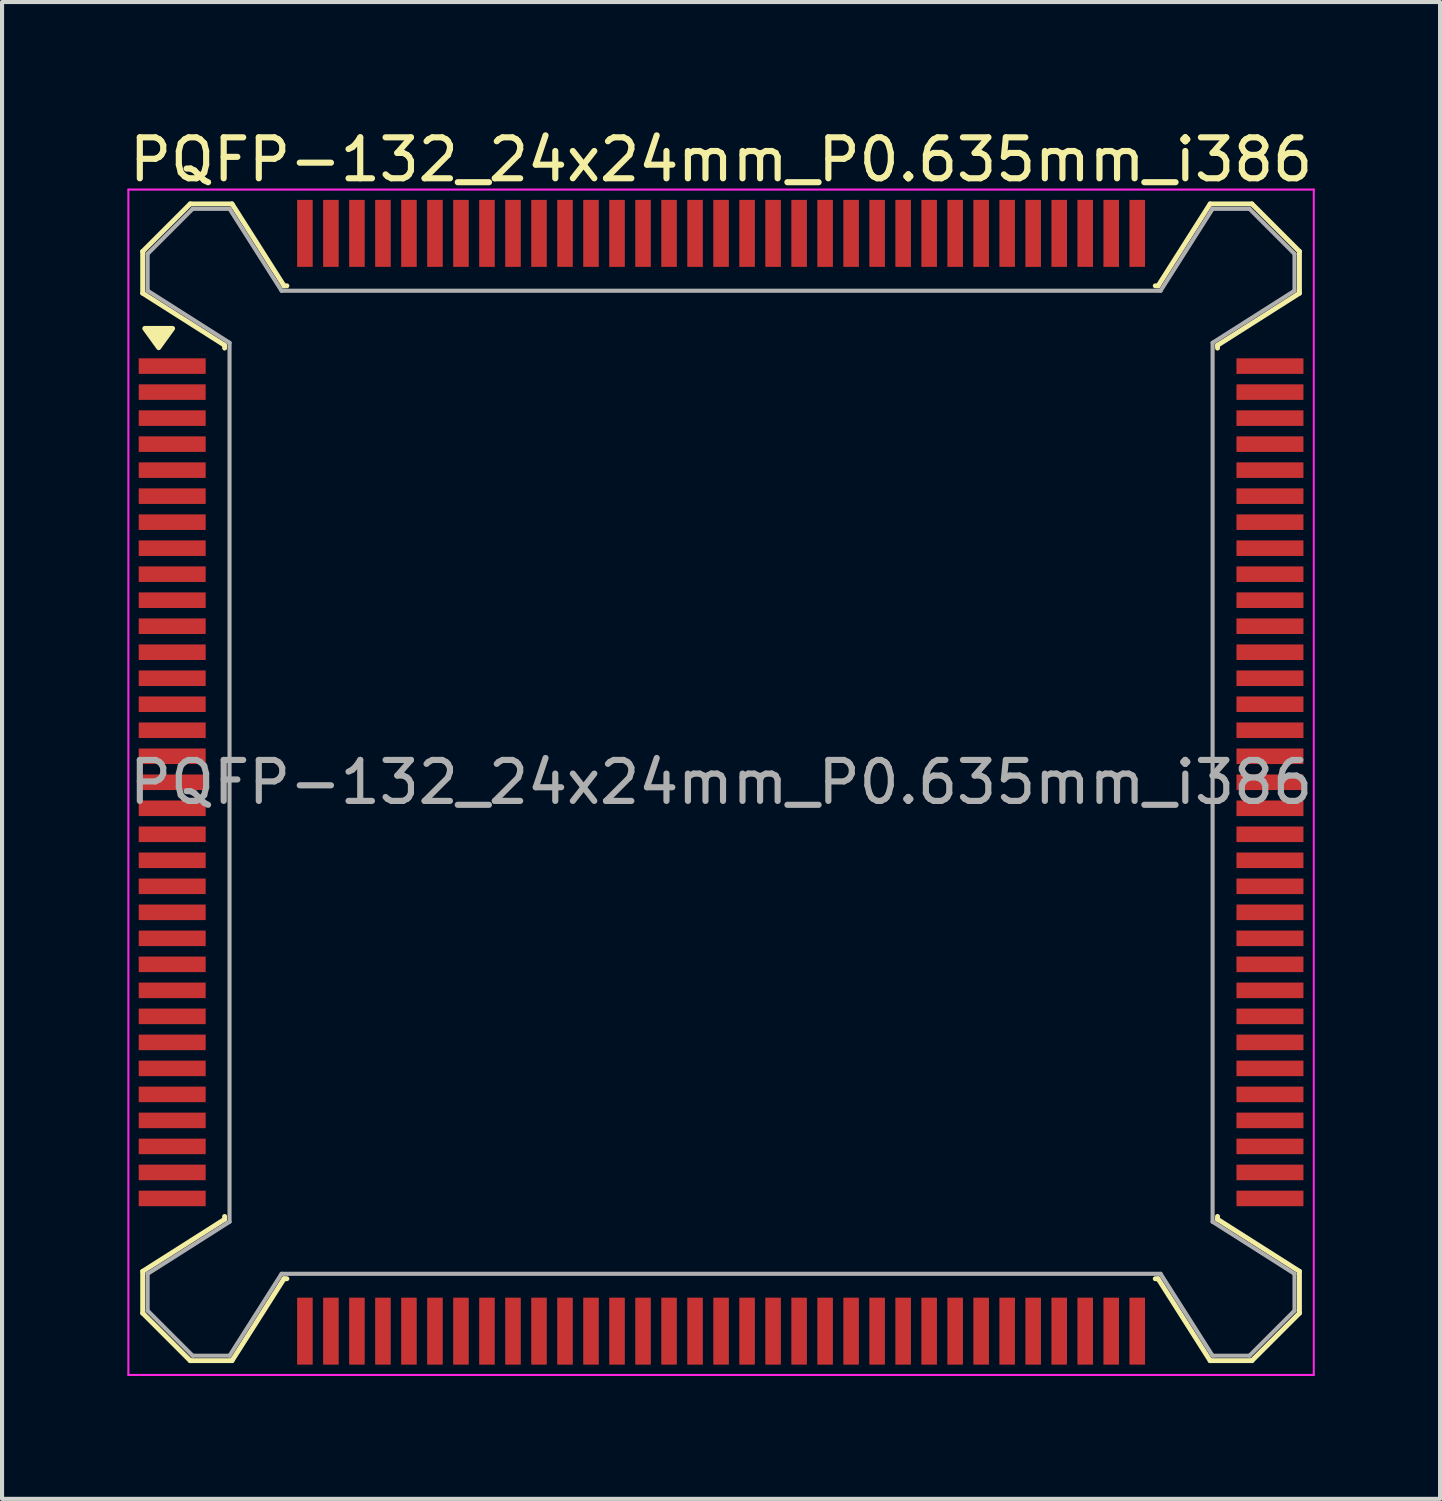
<source format=kicad_pcb>
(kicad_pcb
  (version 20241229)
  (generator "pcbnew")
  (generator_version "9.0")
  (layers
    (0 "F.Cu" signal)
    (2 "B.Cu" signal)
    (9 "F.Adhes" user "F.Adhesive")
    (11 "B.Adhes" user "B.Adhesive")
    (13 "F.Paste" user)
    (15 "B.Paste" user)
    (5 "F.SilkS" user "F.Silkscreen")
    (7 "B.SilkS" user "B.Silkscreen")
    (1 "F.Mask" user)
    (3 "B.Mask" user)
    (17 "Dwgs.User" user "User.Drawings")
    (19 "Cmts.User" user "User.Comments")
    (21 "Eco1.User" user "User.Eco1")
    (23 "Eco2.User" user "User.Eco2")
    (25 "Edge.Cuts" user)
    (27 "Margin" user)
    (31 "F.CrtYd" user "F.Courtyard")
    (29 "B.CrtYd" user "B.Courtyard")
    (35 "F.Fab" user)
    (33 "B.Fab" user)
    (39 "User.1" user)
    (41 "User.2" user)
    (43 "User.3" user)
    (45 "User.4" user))
  (footprint "PQFP-132_24x24mm_P0.635mm_i386"
    (layer "F.Cu")
    (at 14.554 16.048)
    (property "Reference" "PQFP-132_24x24mm_P0.635mm_i386" (at 0 -15.2 0) (layer "F.SilkS") (effects (font (size 1 1) (thickness 0.15))))
    (attr smd)
    (fp_line (start -14.12 -12.96) (end -12.96 -14.12) (stroke (width 0.12) (type solid)) (layer "F.SilkS"))
    (fp_line (start -14.12 -11.94) (end -14.12 -12.96) (stroke (width 0.12) (type solid)) (layer "F.SilkS"))
    (fp_line (start -14.12 -11.94) (end -12.12 -10.67) (stroke (width 0.12) (type solid)) (layer "F.SilkS"))
    (fp_line (start -14.12 11.94) (end -14.12 12.96) (stroke (width 0.12) (type solid)) (layer "F.SilkS"))
    (fp_line (start -14.12 11.94) (end -12.12 10.67) (stroke (width 0.12) (type solid)) (layer "F.SilkS"))
    (fp_line (start -14.12 12.96) (end -12.96 14.12) (stroke (width 0.12) (type solid)) (layer "F.SilkS"))
    (fp_line (start -12.12 -10.67) (end -12.12 -10.6) (stroke (width 0.12) (type solid)) (layer "F.SilkS"))
    (fp_line (start -12.12 10.67) (end -12.12 10.6) (stroke (width 0.12) (type solid)) (layer "F.SilkS"))
    (fp_line (start -11.94 -14.12) (end -12.96 -14.12) (stroke (width 0.12) (type solid)) (layer "F.SilkS"))
    (fp_line (start -11.94 14.12) (end -12.96 14.12) (stroke (width 0.12) (type solid)) (layer "F.SilkS"))
    (fp_line (start -10.67 -12.12) (end -11.94 -14.12) (stroke (width 0.12) (type solid)) (layer "F.SilkS"))
    (fp_line (start -10.67 12.12) (end -11.94 14.12) (stroke (width 0.12) (type solid)) (layer "F.SilkS"))
    (fp_line (start -10.6 -12.12) (end -10.67 -12.12) (stroke (width 0.12) (type solid)) (layer "F.SilkS"))
    (fp_line (start -10.6 12.12) (end -10.67 12.12) (stroke (width 0.12) (type solid)) (layer "F.SilkS"))
    (fp_line (start 10.6 -12.12) (end 10.67 -12.12) (stroke (width 0.12) (type solid)) (layer "F.SilkS"))
    (fp_line (start 10.6 12.12) (end 10.67 12.12) (stroke (width 0.12) (type solid)) (layer "F.SilkS"))
    (fp_line (start 10.67 -12.12) (end 11.94 -14.12) (stroke (width 0.12) (type solid)) (layer "F.SilkS"))
    (fp_line (start 10.67 12.12) (end 11.94 14.12) (stroke (width 0.12) (type solid)) (layer "F.SilkS"))
    (fp_line (start 11.94 -14.12) (end 12.96 -14.12) (stroke (width 0.12) (type solid)) (layer "F.SilkS"))
    (fp_line (start 11.94 14.12) (end 12.96 14.12) (stroke (width 0.12) (type solid)) (layer "F.SilkS"))
    (fp_line (start 12.12 -10.67) (end 12.12 -10.6) (stroke (width 0.12) (type solid)) (layer "F.SilkS"))
    (fp_line (start 12.12 10.67) (end 12.12 10.6) (stroke (width 0.12) (type solid)) (layer "F.SilkS"))
    (fp_line (start 14.12 -12.96) (end 12.96 -14.12) (stroke (width 0.12) (type solid)) (layer "F.SilkS"))
    (fp_line (start 14.12 -11.94) (end 12.12 -10.67) (stroke (width 0.12) (type solid)) (layer "F.SilkS"))
    (fp_line (start 14.12 -11.94) (end 14.12 -12.96) (stroke (width 0.12) (type solid)) (layer "F.SilkS"))
    (fp_line (start 14.12 11.94) (end 12.12 10.67) (stroke (width 0.12) (type solid)) (layer "F.SilkS"))
    (fp_line (start 14.12 11.94) (end 14.12 12.96) (stroke (width 0.12) (type solid)) (layer "F.SilkS"))
    (fp_line (start 14.12 12.96) (end 12.96 14.12) (stroke (width 0.12) (type solid)) (layer "F.SilkS"))
    (fp_poly (pts (xy -13.73 -10.61) (xy -14.07 -11.08) (xy -13.39 -11.08) (xy -13.73 -10.61)) (stroke (width 0.12) (type solid)) (fill yes) (layer "F.SilkS"))
    (fp_line (start -14.47 -14.47) (end -14.47 14.47) (stroke (width 0.05) (type solid)) (layer "F.CrtYd"))
    (fp_line (start 14.47 -14.47) (end -14.47 -14.47) (stroke (width 0.05) (type solid)) (layer "F.CrtYd"))
    (fp_line (start 14.47 -14.47) (end 14.47 14.47) (stroke (width 0.05) (type solid)) (layer "F.CrtYd"))
    (fp_line (start 14.47 14.47) (end -14.47 14.47) (stroke (width 0.05) (type solid)) (layer "F.CrtYd"))
    (fp_line (start -14 -12.9) (end -12.9 -14) (stroke (width 0.1) (type solid)) (layer "F.Fab"))
    (fp_line (start -14 -12) (end -14 -12.9) (stroke (width 0.1) (type solid)) (layer "F.Fab"))
    (fp_line (start -14 -12) (end -12 -10.73) (stroke (width 0.1) (type solid)) (layer "F.Fab"))
    (fp_line (start -14 12) (end -14 12.9) (stroke (width 0.1) (type solid)) (layer "F.Fab"))
    (fp_line (start -14 12) (end -12 10.73) (stroke (width 0.1) (type solid)) (layer "F.Fab"))
    (fp_line (start -14 12.9) (end -12.9 14) (stroke (width 0.1) (type solid)) (layer "F.Fab"))
    (fp_line (start -12.9 -14) (end -12 -14) (stroke (width 0.1) (type solid)) (layer "F.Fab"))
    (fp_line (start -12.9 14) (end -12 14) (stroke (width 0.1) (type solid)) (layer "F.Fab"))
    (fp_line (start -12 -14) (end -10.73 -12) (stroke (width 0.1) (type solid)) (layer "F.Fab"))
    (fp_line (start -12 10.73) (end -12 -10.73) (stroke (width 0.1) (type solid)) (layer "F.Fab"))
    (fp_line (start -12 14) (end -10.73 12) (stroke (width 0.1) (type solid)) (layer "F.Fab"))
    (fp_line (start -10.73 -12) (end 10.73 -12) (stroke (width 0.1) (type solid)) (layer "F.Fab"))
    (fp_line (start 10.73 12) (end -10.73 12) (stroke (width 0.1) (type solid)) (layer "F.Fab"))
    (fp_line (start 12 -14) (end 10.73 -12) (stroke (width 0.1) (type solid)) (layer "F.Fab"))
    (fp_line (start 12 -10.73) (end 12 10.73) (stroke (width 0.1) (type solid)) (layer "F.Fab"))
    (fp_line (start 12 14) (end 10.73 12) (stroke (width 0.1) (type solid)) (layer "F.Fab"))
    (fp_line (start 12.9 -14) (end 12 -14) (stroke (width 0.1) (type solid)) (layer "F.Fab"))
    (fp_line (start 12.9 14) (end 12 14) (stroke (width 0.1) (type solid)) (layer "F.Fab"))
    (fp_line (start 14 -12.9) (end 12.9 -14) (stroke (width 0.1) (type solid)) (layer "F.Fab"))
    (fp_line (start 14 -12) (end 12 -10.73) (stroke (width 0.1) (type solid)) (layer "F.Fab"))
    (fp_line (start 14 -12) (end 14 -12.9) (stroke (width 0.1) (type solid)) (layer "F.Fab"))
    (fp_line (start 14 12) (end 12 10.73) (stroke (width 0.1) (type solid)) (layer "F.Fab"))
    (fp_line (start 14 12) (end 14 12.9) (stroke (width 0.1) (type solid)) (layer "F.Fab"))
    (fp_line (start 14 12.9) (end 12.9 14) (stroke (width 0.1) (type solid)) (layer "F.Fab"))
    (fp_text user "${REFERENCE}" (at 0 0 0) (layer "F.Fab") (effects (font (size 1 1) (thickness 0.15))))
    (pad "1" smd rect (at -13.4 -10.16) (size 1.635 0.38) (layers "F.Cu" "F.Mask" "F.Paste"))
    (pad "2" smd rect (at -13.4 -9.525) (size 1.635 0.38) (layers "F.Cu" "F.Mask" "F.Paste"))
    (pad "3" smd rect (at -13.4 -8.89) (size 1.635 0.38) (layers "F.Cu" "F.Mask" "F.Paste"))
    (pad "4" smd rect (at -13.4 -8.255) (size 1.635 0.38) (layers "F.Cu" "F.Mask" "F.Paste"))
    (pad "5" smd rect (at -13.4 -7.62) (size 1.635 0.38) (layers "F.Cu" "F.Mask" "F.Paste"))
    (pad "6" smd rect (at -13.4 -6.985) (size 1.635 0.38) (layers "F.Cu" "F.Mask" "F.Paste"))
    (pad "7" smd rect (at -13.4 -6.35) (size 1.635 0.38) (layers "F.Cu" "F.Mask" "F.Paste"))
    (pad "8" smd rect (at -13.4 -5.715) (size 1.635 0.38) (layers "F.Cu" "F.Mask" "F.Paste"))
    (pad "9" smd rect (at -13.4 -5.08) (size 1.635 0.38) (layers "F.Cu" "F.Mask" "F.Paste"))
    (pad "10" smd rect (at -13.4 -4.445) (size 1.635 0.38) (layers "F.Cu" "F.Mask" "F.Paste"))
    (pad "11" smd rect (at -13.4 -3.81) (size 1.635 0.38) (layers "F.Cu" "F.Mask" "F.Paste"))
    (pad "12" smd rect (at -13.4 -3.175) (size 1.635 0.38) (layers "F.Cu" "F.Mask" "F.Paste"))
    (pad "13" smd rect (at -13.4 -2.54) (size 1.635 0.38) (layers "F.Cu" "F.Mask" "F.Paste"))
    (pad "14" smd rect (at -13.4 -1.905) (size 1.635 0.38) (layers "F.Cu" "F.Mask" "F.Paste"))
    (pad "15" smd rect (at -13.4 -1.27) (size 1.635 0.38) (layers "F.Cu" "F.Mask" "F.Paste"))
    (pad "16" smd rect (at -13.4 -0.635) (size 1.635 0.38) (layers "F.Cu" "F.Mask" "F.Paste"))
    (pad "17" smd rect (at -13.4 0) (size 1.635 0.38) (layers "F.Cu" "F.Mask" "F.Paste"))
    (pad "18" smd rect (at -13.4 0.635) (size 1.635 0.38) (layers "F.Cu" "F.Mask" "F.Paste"))
    (pad "19" smd rect (at -13.4 1.27) (size 1.635 0.38) (layers "F.Cu" "F.Mask" "F.Paste"))
    (pad "20" smd rect (at -13.4 1.905) (size 1.635 0.38) (layers "F.Cu" "F.Mask" "F.Paste"))
    (pad "21" smd rect (at -13.4 2.54) (size 1.635 0.38) (layers "F.Cu" "F.Mask" "F.Paste"))
    (pad "22" smd rect (at -13.4 3.175) (size 1.635 0.38) (layers "F.Cu" "F.Mask" "F.Paste"))
    (pad "23" smd rect (at -13.4 3.81) (size 1.635 0.38) (layers "F.Cu" "F.Mask" "F.Paste"))
    (pad "24" smd rect (at -13.4 4.445) (size 1.635 0.38) (layers "F.Cu" "F.Mask" "F.Paste"))
    (pad "25" smd rect (at -13.4 5.08) (size 1.635 0.38) (layers "F.Cu" "F.Mask" "F.Paste"))
    (pad "26" smd rect (at -13.4 5.715) (size 1.635 0.38) (layers "F.Cu" "F.Mask" "F.Paste"))
    (pad "27" smd rect (at -13.4 6.35) (size 1.635 0.38) (layers "F.Cu" "F.Mask" "F.Paste"))
    (pad "28" smd rect (at -13.4 6.985) (size 1.635 0.38) (layers "F.Cu" "F.Mask" "F.Paste"))
    (pad "29" smd rect (at -13.4 7.62) (size 1.635 0.38) (layers "F.Cu" "F.Mask" "F.Paste"))
    (pad "30" smd rect (at -13.4 8.255) (size 1.635 0.38) (layers "F.Cu" "F.Mask" "F.Paste"))
    (pad "31" smd rect (at -13.4 8.89) (size 1.635 0.38) (layers "F.Cu" "F.Mask" "F.Paste"))
    (pad "32" smd rect (at -13.4 9.525) (size 1.635 0.38) (layers "F.Cu" "F.Mask" "F.Paste"))
    (pad "33" smd rect (at -13.4 10.16) (size 1.635 0.38) (layers "F.Cu" "F.Mask" "F.Paste"))
    (pad "34" smd rect (at -10.16 13.4) (size 0.38 1.635) (layers "F.Cu" "F.Mask" "F.Paste"))
    (pad "35" smd rect (at -9.525 13.4) (size 0.38 1.635) (layers "F.Cu" "F.Mask" "F.Paste"))
    (pad "36" smd rect (at -8.89 13.4) (size 0.38 1.635) (layers "F.Cu" "F.Mask" "F.Paste"))
    (pad "37" smd rect (at -8.255 13.4) (size 0.38 1.635) (layers "F.Cu" "F.Mask" "F.Paste"))
    (pad "38" smd rect (at -7.62 13.4) (size 0.38 1.635) (layers "F.Cu" "F.Mask" "F.Paste"))
    (pad "39" smd rect (at -6.985 13.4) (size 0.38 1.635) (layers "F.Cu" "F.Mask" "F.Paste"))
    (pad "40" smd rect (at -6.35 13.4) (size 0.38 1.635) (layers "F.Cu" "F.Mask" "F.Paste"))
    (pad "41" smd rect (at -5.715 13.4) (size 0.38 1.635) (layers "F.Cu" "F.Mask" "F.Paste"))
    (pad "42" smd rect (at -5.08 13.4) (size 0.38 1.635) (layers "F.Cu" "F.Mask" "F.Paste"))
    (pad "43" smd rect (at -4.445 13.4) (size 0.38 1.635) (layers "F.Cu" "F.Mask" "F.Paste"))
    (pad "44" smd rect (at -3.81 13.4) (size 0.38 1.635) (layers "F.Cu" "F.Mask" "F.Paste"))
    (pad "45" smd rect (at -3.175 13.4) (size 0.38 1.635) (layers "F.Cu" "F.Mask" "F.Paste"))
    (pad "46" smd rect (at -2.54 13.4) (size 0.38 1.635) (layers "F.Cu" "F.Mask" "F.Paste"))
    (pad "47" smd rect (at -1.905 13.4) (size 0.38 1.635) (layers "F.Cu" "F.Mask" "F.Paste"))
    (pad "48" smd rect (at -1.27 13.4) (size 0.38 1.635) (layers "F.Cu" "F.Mask" "F.Paste"))
    (pad "49" smd rect (at -0.635 13.4) (size 0.38 1.635) (layers "F.Cu" "F.Mask" "F.Paste"))
    (pad "50" smd rect (at 0 13.4) (size 0.38 1.635) (layers "F.Cu" "F.Mask" "F.Paste"))
    (pad "51" smd rect (at 0.635 13.4) (size 0.38 1.635) (layers "F.Cu" "F.Mask" "F.Paste"))
    (pad "52" smd rect (at 1.27 13.4) (size 0.38 1.635) (layers "F.Cu" "F.Mask" "F.Paste"))
    (pad "53" smd rect (at 1.905 13.4) (size 0.38 1.635) (layers "F.Cu" "F.Mask" "F.Paste"))
    (pad "54" smd rect (at 2.54 13.4) (size 0.38 1.635) (layers "F.Cu" "F.Mask" "F.Paste"))
    (pad "55" smd rect (at 3.175 13.4) (size 0.38 1.635) (layers "F.Cu" "F.Mask" "F.Paste"))
    (pad "56" smd rect (at 3.81 13.4) (size 0.38 1.635) (layers "F.Cu" "F.Mask" "F.Paste"))
    (pad "57" smd rect (at 4.445 13.4) (size 0.38 1.635) (layers "F.Cu" "F.Mask" "F.Paste"))
    (pad "58" smd rect (at 5.08 13.4) (size 0.38 1.635) (layers "F.Cu" "F.Mask" "F.Paste"))
    (pad "59" smd rect (at 5.715 13.4) (size 0.38 1.635) (layers "F.Cu" "F.Mask" "F.Paste"))
    (pad "60" smd rect (at 6.35 13.4) (size 0.38 1.635) (layers "F.Cu" "F.Mask" "F.Paste"))
    (pad "61" smd rect (at 6.985 13.4) (size 0.38 1.635) (layers "F.Cu" "F.Mask" "F.Paste"))
    (pad "62" smd rect (at 7.62 13.4) (size 0.38 1.635) (layers "F.Cu" "F.Mask" "F.Paste"))
    (pad "63" smd rect (at 8.255 13.4) (size 0.38 1.635) (layers "F.Cu" "F.Mask" "F.Paste"))
    (pad "64" smd rect (at 8.89 13.4) (size 0.38 1.635) (layers "F.Cu" "F.Mask" "F.Paste"))
    (pad "65" smd rect (at 9.525 13.4) (size 0.38 1.635) (layers "F.Cu" "F.Mask" "F.Paste"))
    (pad "66" smd rect (at 10.16 13.4) (size 0.38 1.635) (layers "F.Cu" "F.Mask" "F.Paste"))
    (pad "67" smd rect (at 13.4 10.16) (size 1.635 0.38) (layers "F.Cu" "F.Mask" "F.Paste"))
    (pad "68" smd rect (at 13.4 9.525) (size 1.635 0.38) (layers "F.Cu" "F.Mask" "F.Paste"))
    (pad "69" smd rect (at 13.4 8.89) (size 1.635 0.38) (layers "F.Cu" "F.Mask" "F.Paste"))
    (pad "70" smd rect (at 13.4 8.255) (size 1.635 0.38) (layers "F.Cu" "F.Mask" "F.Paste"))
    (pad "71" smd rect (at 13.4 7.62) (size 1.635 0.38) (layers "F.Cu" "F.Mask" "F.Paste"))
    (pad "72" smd rect (at 13.4 6.985) (size 1.635 0.38) (layers "F.Cu" "F.Mask" "F.Paste"))
    (pad "73" smd rect (at 13.4 6.35) (size 1.635 0.38) (layers "F.Cu" "F.Mask" "F.Paste"))
    (pad "74" smd rect (at 13.4 5.715) (size 1.635 0.38) (layers "F.Cu" "F.Mask" "F.Paste"))
    (pad "75" smd rect (at 13.4 5.08) (size 1.635 0.38) (layers "F.Cu" "F.Mask" "F.Paste"))
    (pad "76" smd rect (at 13.4 4.445) (size 1.635 0.38) (layers "F.Cu" "F.Mask" "F.Paste"))
    (pad "77" smd rect (at 13.4 3.81) (size 1.635 0.38) (layers "F.Cu" "F.Mask" "F.Paste"))
    (pad "78" smd rect (at 13.4 3.175) (size 1.635 0.38) (layers "F.Cu" "F.Mask" "F.Paste"))
    (pad "79" smd rect (at 13.4 2.54) (size 1.635 0.38) (layers "F.Cu" "F.Mask" "F.Paste"))
    (pad "80" smd rect (at 13.4 1.905) (size 1.635 0.38) (layers "F.Cu" "F.Mask" "F.Paste"))
    (pad "81" smd rect (at 13.4 1.27) (size 1.635 0.38) (layers "F.Cu" "F.Mask" "F.Paste"))
    (pad "82" smd rect (at 13.4 0.635) (size 1.635 0.38) (layers "F.Cu" "F.Mask" "F.Paste"))
    (pad "83" smd rect (at 13.4 0) (size 1.635 0.38) (layers "F.Cu" "F.Mask" "F.Paste"))
    (pad "84" smd rect (at 13.4 -0.635) (size 1.635 0.38) (layers "F.Cu" "F.Mask" "F.Paste"))
    (pad "85" smd rect (at 13.4 -1.27) (size 1.635 0.38) (layers "F.Cu" "F.Mask" "F.Paste"))
    (pad "86" smd rect (at 13.4 -1.905) (size 1.635 0.38) (layers "F.Cu" "F.Mask" "F.Paste"))
    (pad "87" smd rect (at 13.4 -2.54) (size 1.635 0.38) (layers "F.Cu" "F.Mask" "F.Paste"))
    (pad "88" smd rect (at 13.4 -3.175) (size 1.635 0.38) (layers "F.Cu" "F.Mask" "F.Paste"))
    (pad "89" smd rect (at 13.4 -3.81) (size 1.635 0.38) (layers "F.Cu" "F.Mask" "F.Paste"))
    (pad "90" smd rect (at 13.4 -4.445) (size 1.635 0.38) (layers "F.Cu" "F.Mask" "F.Paste"))
    (pad "91" smd rect (at 13.4 -5.08) (size 1.635 0.38) (layers "F.Cu" "F.Mask" "F.Paste"))
    (pad "92" smd rect (at 13.4 -5.715) (size 1.635 0.38) (layers "F.Cu" "F.Mask" "F.Paste"))
    (pad "93" smd rect (at 13.4 -6.35) (size 1.635 0.38) (layers "F.Cu" "F.Mask" "F.Paste"))
    (pad "94" smd rect (at 13.4 -6.985) (size 1.635 0.38) (layers "F.Cu" "F.Mask" "F.Paste"))
    (pad "95" smd rect (at 13.4 -7.62) (size 1.635 0.38) (layers "F.Cu" "F.Mask" "F.Paste"))
    (pad "96" smd rect (at 13.4 -8.255) (size 1.635 0.38) (layers "F.Cu" "F.Mask" "F.Paste"))
    (pad "97" smd rect (at 13.4 -8.89) (size 1.635 0.38) (layers "F.Cu" "F.Mask" "F.Paste"))
    (pad "98" smd rect (at 13.4 -9.525) (size 1.635 0.38) (layers "F.Cu" "F.Mask" "F.Paste"))
    (pad "99" smd rect (at 13.4 -10.16) (size 1.635 0.38) (layers "F.Cu" "F.Mask" "F.Paste"))
    (pad "100" smd rect (at 10.16 -13.4) (size 0.38 1.635) (layers "F.Cu" "F.Mask" "F.Paste"))
    (pad "101" smd rect (at 9.525 -13.4) (size 0.38 1.635) (layers "F.Cu" "F.Mask" "F.Paste"))
    (pad "102" smd rect (at 8.89 -13.4) (size 0.38 1.635) (layers "F.Cu" "F.Mask" "F.Paste"))
    (pad "103" smd rect (at 8.255 -13.4) (size 0.38 1.635) (layers "F.Cu" "F.Mask" "F.Paste"))
    (pad "104" smd rect (at 7.62 -13.4) (size 0.38 1.635) (layers "F.Cu" "F.Mask" "F.Paste"))
    (pad "105" smd rect (at 6.985 -13.4) (size 0.38 1.635) (layers "F.Cu" "F.Mask" "F.Paste"))
    (pad "106" smd rect (at 6.35 -13.4) (size 0.38 1.635) (layers "F.Cu" "F.Mask" "F.Paste"))
    (pad "107" smd rect (at 5.715 -13.4) (size 0.38 1.635) (layers "F.Cu" "F.Mask" "F.Paste"))
    (pad "108" smd rect (at 5.08 -13.4) (size 0.38 1.635) (layers "F.Cu" "F.Mask" "F.Paste"))
    (pad "109" smd rect (at 4.445 -13.4) (size 0.38 1.635) (layers "F.Cu" "F.Mask" "F.Paste"))
    (pad "110" smd rect (at 3.81 -13.4) (size 0.38 1.635) (layers "F.Cu" "F.Mask" "F.Paste"))
    (pad "111" smd rect (at 3.175 -13.4) (size 0.38 1.635) (layers "F.Cu" "F.Mask" "F.Paste"))
    (pad "112" smd rect (at 2.54 -13.4) (size 0.38 1.635) (layers "F.Cu" "F.Mask" "F.Paste"))
    (pad "113" smd rect (at 1.905 -13.4) (size 0.38 1.635) (layers "F.Cu" "F.Mask" "F.Paste"))
    (pad "114" smd rect (at 1.27 -13.4) (size 0.38 1.635) (layers "F.Cu" "F.Mask" "F.Paste"))
    (pad "115" smd rect (at 0.635 -13.4) (size 0.38 1.635) (layers "F.Cu" "F.Mask" "F.Paste"))
    (pad "116" smd rect (at 0 -13.4) (size 0.38 1.635) (layers "F.Cu" "F.Mask" "F.Paste"))
    (pad "117" smd rect (at -0.635 -13.4) (size 0.38 1.635) (layers "F.Cu" "F.Mask" "F.Paste"))
    (pad "118" smd rect (at -1.27 -13.4) (size 0.38 1.635) (layers "F.Cu" "F.Mask" "F.Paste"))
    (pad "119" smd rect (at -1.905 -13.4) (size 0.38 1.635) (layers "F.Cu" "F.Mask" "F.Paste"))
    (pad "120" smd rect (at -2.54 -13.4) (size 0.38 1.635) (layers "F.Cu" "F.Mask" "F.Paste"))
    (pad "121" smd rect (at -3.175 -13.4) (size 0.38 1.635) (layers "F.Cu" "F.Mask" "F.Paste"))
    (pad "122" smd rect (at -3.81 -13.4) (size 0.38 1.635) (layers "F.Cu" "F.Mask" "F.Paste"))
    (pad "123" smd rect (at -4.445 -13.4) (size 0.38 1.635) (layers "F.Cu" "F.Mask" "F.Paste"))
    (pad "124" smd rect (at -5.08 -13.4) (size 0.38 1.635) (layers "F.Cu" "F.Mask" "F.Paste"))
    (pad "125" smd rect (at -5.715 -13.4) (size 0.38 1.635) (layers "F.Cu" "F.Mask" "F.Paste"))
    (pad "126" smd rect (at -6.35 -13.4) (size 0.38 1.635) (layers "F.Cu" "F.Mask" "F.Paste"))
    (pad "127" smd rect (at -6.985 -13.4) (size 0.38 1.635) (layers "F.Cu" "F.Mask" "F.Paste"))
    (pad "128" smd rect (at -7.62 -13.4) (size 0.38 1.635) (layers "F.Cu" "F.Mask" "F.Paste"))
    (pad "129" smd rect (at -8.255 -13.4) (size 0.38 1.635) (layers "F.Cu" "F.Mask" "F.Paste"))
    (pad "130" smd rect (at -8.89 -13.4) (size 0.38 1.635) (layers "F.Cu" "F.Mask" "F.Paste"))
    (pad "131" smd rect (at -9.525 -13.4) (size 0.38 1.635) (layers "F.Cu" "F.Mask" "F.Paste"))
    (pad "132" smd rect (at -10.16 -13.4) (size 0.38 1.635) (layers "F.Cu" "F.Mask" "F.Paste")))
  (gr_rect
    (start -3 -3)
    (end 32.107 33.543)
    (stroke (width 0.1) (type default))
    (fill no)
    (layer "Edge.Cuts")))
</source>
